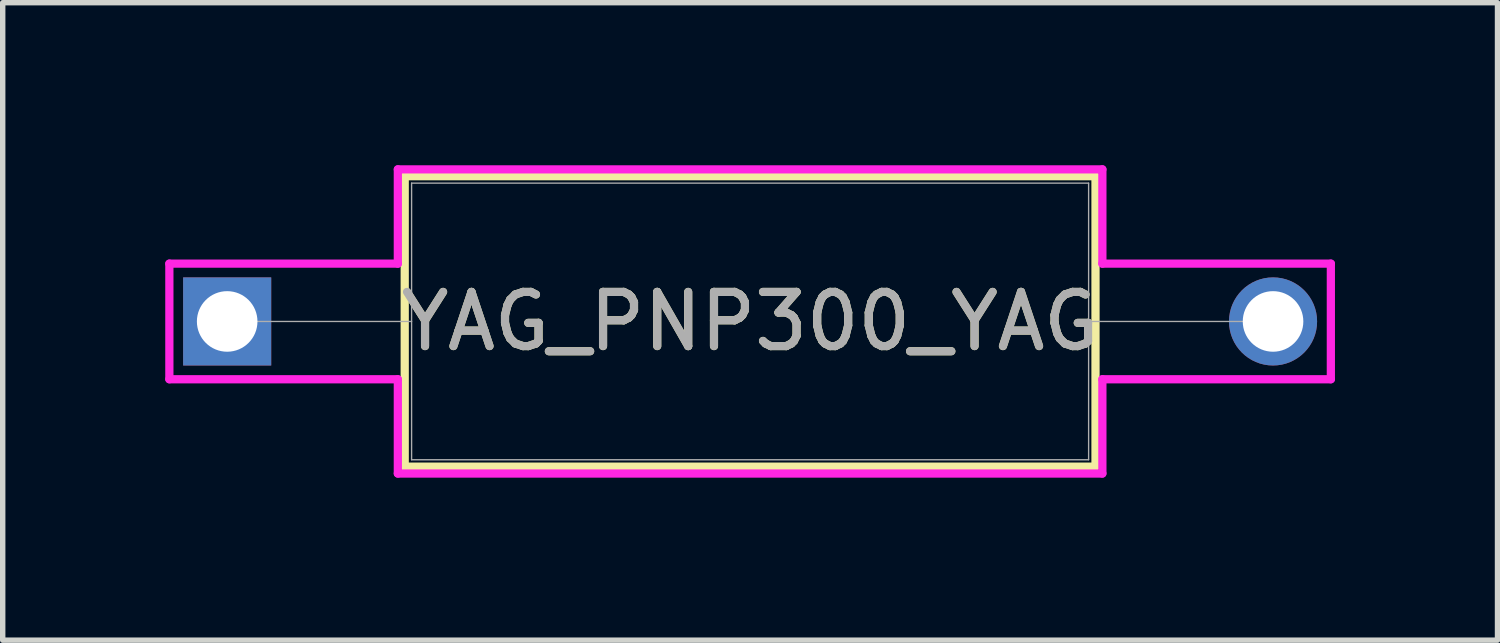
<source format=kicad_pcb>
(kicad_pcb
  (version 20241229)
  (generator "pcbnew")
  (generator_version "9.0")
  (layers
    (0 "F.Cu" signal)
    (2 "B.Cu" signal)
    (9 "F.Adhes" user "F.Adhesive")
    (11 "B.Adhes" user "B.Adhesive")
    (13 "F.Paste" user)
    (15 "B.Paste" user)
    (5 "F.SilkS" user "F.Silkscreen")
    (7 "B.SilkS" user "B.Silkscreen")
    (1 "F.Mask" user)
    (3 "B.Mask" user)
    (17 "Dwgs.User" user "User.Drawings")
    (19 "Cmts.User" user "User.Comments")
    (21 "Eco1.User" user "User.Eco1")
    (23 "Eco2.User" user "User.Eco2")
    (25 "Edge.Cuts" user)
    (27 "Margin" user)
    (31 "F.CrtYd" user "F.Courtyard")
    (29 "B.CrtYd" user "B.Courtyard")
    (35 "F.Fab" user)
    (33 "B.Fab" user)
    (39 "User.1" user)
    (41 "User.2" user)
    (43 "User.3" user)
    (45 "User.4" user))
  (footprint "YAG_PNP300_YAG"
    (layer "F.Cu")
    (at 1.143 2.883)
    (property "Reference" "YAG_PNP300_YAG" (at 9.652 0 0) (unlocked yes) (layer "F.SilkS") (effects (font (size 1 1) (thickness 0.15))))
    (attr through_hole)
    (fp_line (start 3.277 -2.68) (end 3.277 2.68) (stroke (width 0.152) (type solid)) (layer "F.SilkS"))
    (fp_line (start 3.277 2.68) (end 16.027 2.68) (stroke (width 0.152) (type solid)) (layer "F.SilkS"))
    (fp_line (start 16.027 -2.68) (end 3.277 -2.68) (stroke (width 0.152) (type solid)) (layer "F.SilkS"))
    (fp_line (start 16.027 2.68) (end 16.027 -2.68) (stroke (width 0.152) (type solid)) (layer "F.SilkS"))
    (fp_line (start -1.067 -1.067) (end 3.15 -1.067) (stroke (width 0.152) (type solid)) (layer "F.CrtYd"))
    (fp_line (start -1.067 1.067) (end -1.067 -1.067) (stroke (width 0.152) (type solid)) (layer "F.CrtYd"))
    (fp_line (start 3.15 -2.807) (end 16.154 -2.807) (stroke (width 0.152) (type solid)) (layer "F.CrtYd"))
    (fp_line (start 3.15 -1.067) (end 3.15 -2.807) (stroke (width 0.152) (type solid)) (layer "F.CrtYd"))
    (fp_line (start 3.15 1.067) (end -1.067 1.067) (stroke (width 0.152) (type solid)) (layer "F.CrtYd"))
    (fp_line (start 3.15 2.807) (end 3.15 1.067) (stroke (width 0.152) (type solid)) (layer "F.CrtYd"))
    (fp_line (start 16.154 -2.807) (end 16.154 -1.067) (stroke (width 0.152) (type solid)) (layer "F.CrtYd"))
    (fp_line (start 16.154 -1.067) (end 20.371 -1.067) (stroke (width 0.152) (type solid)) (layer "F.CrtYd"))
    (fp_line (start 16.154 1.067) (end 16.154 2.807) (stroke (width 0.152) (type solid)) (layer "F.CrtYd"))
    (fp_line (start 16.154 2.807) (end 3.15 2.807) (stroke (width 0.152) (type solid)) (layer "F.CrtYd"))
    (fp_line (start 20.371 -1.067) (end 20.371 1.067) (stroke (width 0.152) (type solid)) (layer "F.CrtYd"))
    (fp_line (start 20.371 1.067) (end 16.154 1.067) (stroke (width 0.152) (type solid)) (layer "F.CrtYd"))
    (fp_line (start 0 0) (end 3.404 0) (stroke (width 0.025) (type solid)) (layer "F.Fab"))
    (fp_line (start 3.404 -2.553) (end 3.404 2.553) (stroke (width 0.025) (type solid)) (layer "F.Fab"))
    (fp_line (start 3.404 2.553) (end 15.9 2.553) (stroke (width 0.025) (type solid)) (layer "F.Fab"))
    (fp_line (start 15.9 -2.553) (end 3.404 -2.553) (stroke (width 0.025) (type solid)) (layer "F.Fab"))
    (fp_line (start 15.9 2.553) (end 15.9 -2.553) (stroke (width 0.025) (type solid)) (layer "F.Fab"))
    (fp_line (start 19.304 0) (end 15.9 0) (stroke (width 0.025) (type solid)) (layer "F.Fab"))
    (fp_text user "${REFERENCE}" (at 9.652 0 0) (unlocked yes) (layer "F.Fab") (effects (font (size 1 1) (thickness 0.15))))
    (pad "1" thru_hole rect (at 0 0) (size 1.626 1.626) (drill 1.118) (layers "*.Cu" "*.Mask"))
    (pad "2" thru_hole circle (at 19.304 0) (size 1.626 1.626) (drill 1.118) (layers "*.Cu" "*.Mask")))
  (gr_rect
    (start -3 -3)
    (end 24.59 8.766)
    (stroke (width 0.1) (type default))
    (fill no)
    (layer "Edge.Cuts")))
</source>
